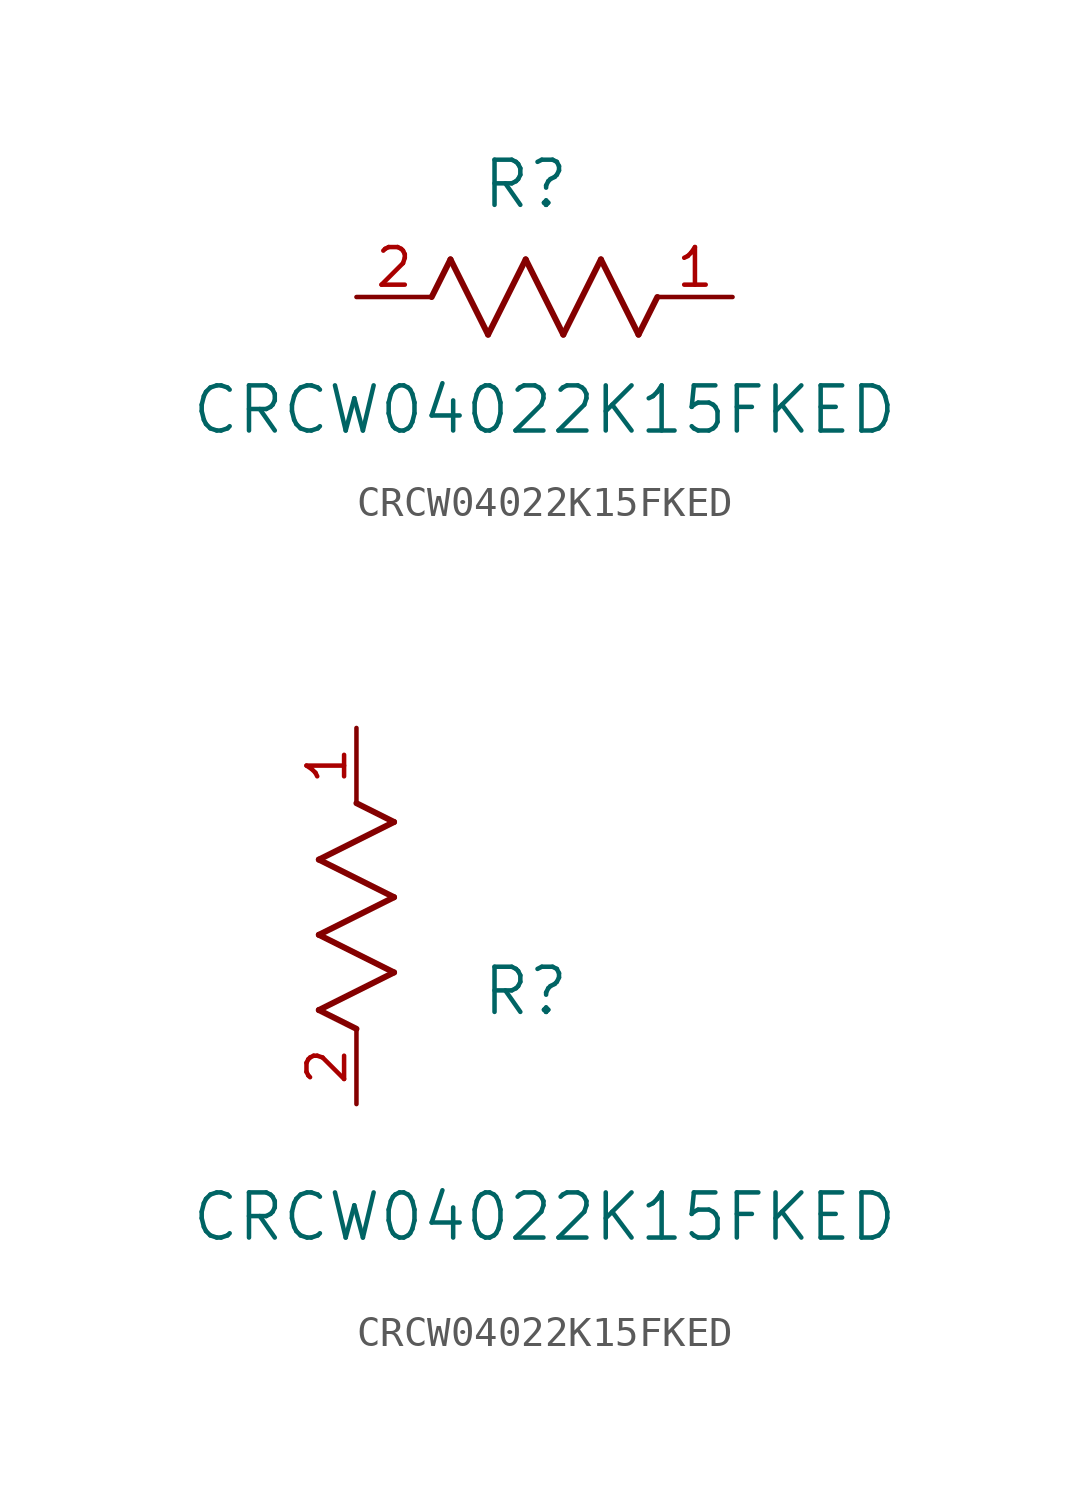
<source format=kicad_sym>
(kicad_symbol_lib
  (version 20211014)
  (generator kicad_symbol_editor)
  (symbol "CRCW04022K15FKED"
    (pin_names
      (offset 0.254))
    (property "Reference" "R"
      (at 5.715 3.81 0)
      (effects (font (size 1.524 1.524))))
    (property "Value" "CRCW04022K15FKED"
      (at 6.35 -3.81 0)
      (effects (font (size 1.524 1.524))))
    (symbol "CRCW04022K15FKED_1_1"
      (polyline (pts (xy 3.175 1.27) (xy 4.445 -1.27)) (stroke (width 0.203) (type default) (color 0 0 0 0)) (fill (type none)))
      (polyline (pts (xy 4.445 -1.27) (xy 5.715 1.27)) (stroke (width 0.203) (type default) (color 0 0 0 0)) (fill (type none)))
      (polyline (pts (xy 5.715 1.27) (xy 6.985 -1.27)) (stroke (width 0.203) (type default) (color 0 0 0 0)) (fill (type none)))
      (polyline (pts (xy 6.985 -1.27) (xy 8.255 1.27)) (stroke (width 0.203) (type default) (color 0 0 0 0)) (fill (type none)))
      (polyline (pts (xy 8.255 1.27) (xy 9.525 -1.27)) (stroke (width 0.203) (type default) (color 0 0 0 0)) (fill (type none)))
      (polyline (pts (xy 2.54 0) (xy 3.175 1.27)) (stroke (width 0.203) (type default) (color 0 0 0 0)) (fill (type none)))
      (polyline (pts (xy 9.525 -1.27) (xy 10.16 0)) (stroke (width 0.203) (type default) (color 0 0 0 0)) (fill (type none)))
      (pin unspecified line (at 0 0 0) (length 2.54) (name "" (effects (font (size 1.27 1.27)))) (number "2" (effects (font (size 1.27 1.27)))))
      (pin unspecified line (at 12.7 0 180) (length 2.54) (name "" (effects (font (size 1.27 1.27)))) (number "1" (effects (font (size 1.27 1.27))))))
    (symbol "CRCW04022K15FKED_1_2"
      (polyline (pts (xy 0 2.54) (xy -1.27 3.175)) (stroke (width 0.203) (type default) (color 0 0 0 0)) (fill (type none)))
      (polyline (pts (xy -1.27 3.175) (xy 1.27 4.445)) (stroke (width 0.203) (type default) (color 0 0 0 0)) (fill (type none)))
      (polyline (pts (xy 1.27 4.445) (xy -1.27 5.715)) (stroke (width 0.203) (type default) (color 0 0 0 0)) (fill (type none)))
      (polyline (pts (xy -1.27 5.715) (xy 1.27 6.985)) (stroke (width 0.203) (type default) (color 0 0 0 0)) (fill (type none)))
      (polyline (pts (xy -1.27 8.255) (xy 1.27 9.525)) (stroke (width 0.203) (type default) (color 0 0 0 0)) (fill (type none)))
      (polyline (pts (xy 1.27 9.525) (xy 0 10.16)) (stroke (width 0.203) (type default) (color 0 0 0 0)) (fill (type none)))
      (polyline (pts (xy 1.27 6.985) (xy -1.27 8.255)) (stroke (width 0.203) (type default) (color 0 0 0 0)) (fill (type none)))
      (pin unspecified line (at 0 0 90) (length 2.54) (name "" (effects (font (size 1.27 1.27)))) (number "2" (effects (font (size 1.27 1.27)))))
      (pin unspecified line (at 0 12.7 270) (length 2.54) (name "" (effects (font (size 1.27 1.27)))) (number "1" (effects (font (size 1.27 1.27))))))))
</source>
